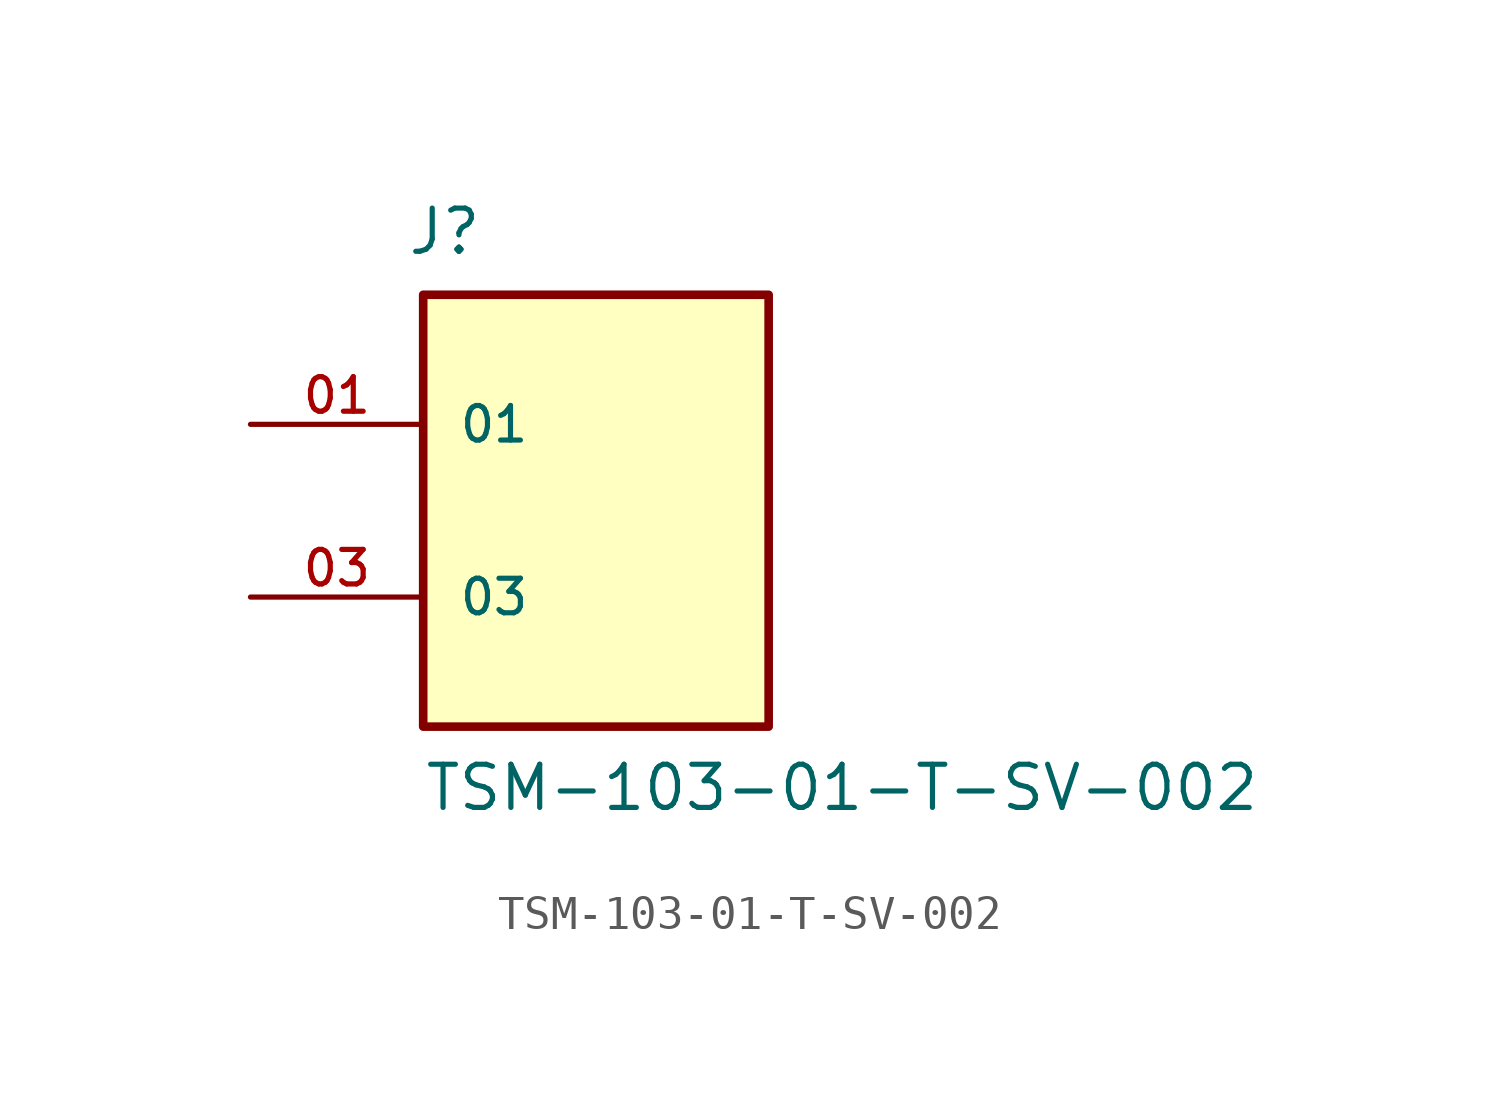
<source format=kicad_sym>
(kicad_symbol_lib
  (version 20211014)
  (generator kicad_symbol_editor)
  (symbol "TSM-103-01-T-SV-002"
    (pin_names
      (offset 1.016))
    (property "Reference" "J"
      (at -5.58 7.466 0)
      (effects (font (size 1.27 1.27)) (justify bottom left)))
    (property "Value" "TSM-103-01-T-SV-002"
      (at -5.08 -8.89 0)
      (effects (font (size 1.27 1.27)) (justify bottom left)))
    (symbol "TSM-103-01-T-SV-002_0_0"
      (rectangle (start -5.08 -6.35) (end 5.08 6.35) (stroke (width 0.254)) (fill (type background)))
      (pin passive line (at -10.16 2.54 0) (length 5.08) (name "01" (effects (font (size 1.016 1.016)))) (number "01" (effects (font (size 1.016 1.016)))))
      (pin passive line (at -10.16 -2.54 0) (length 5.08) (name "03" (effects (font (size 1.016 1.016)))) (number "03" (effects (font (size 1.016 1.016))))))))
</source>
